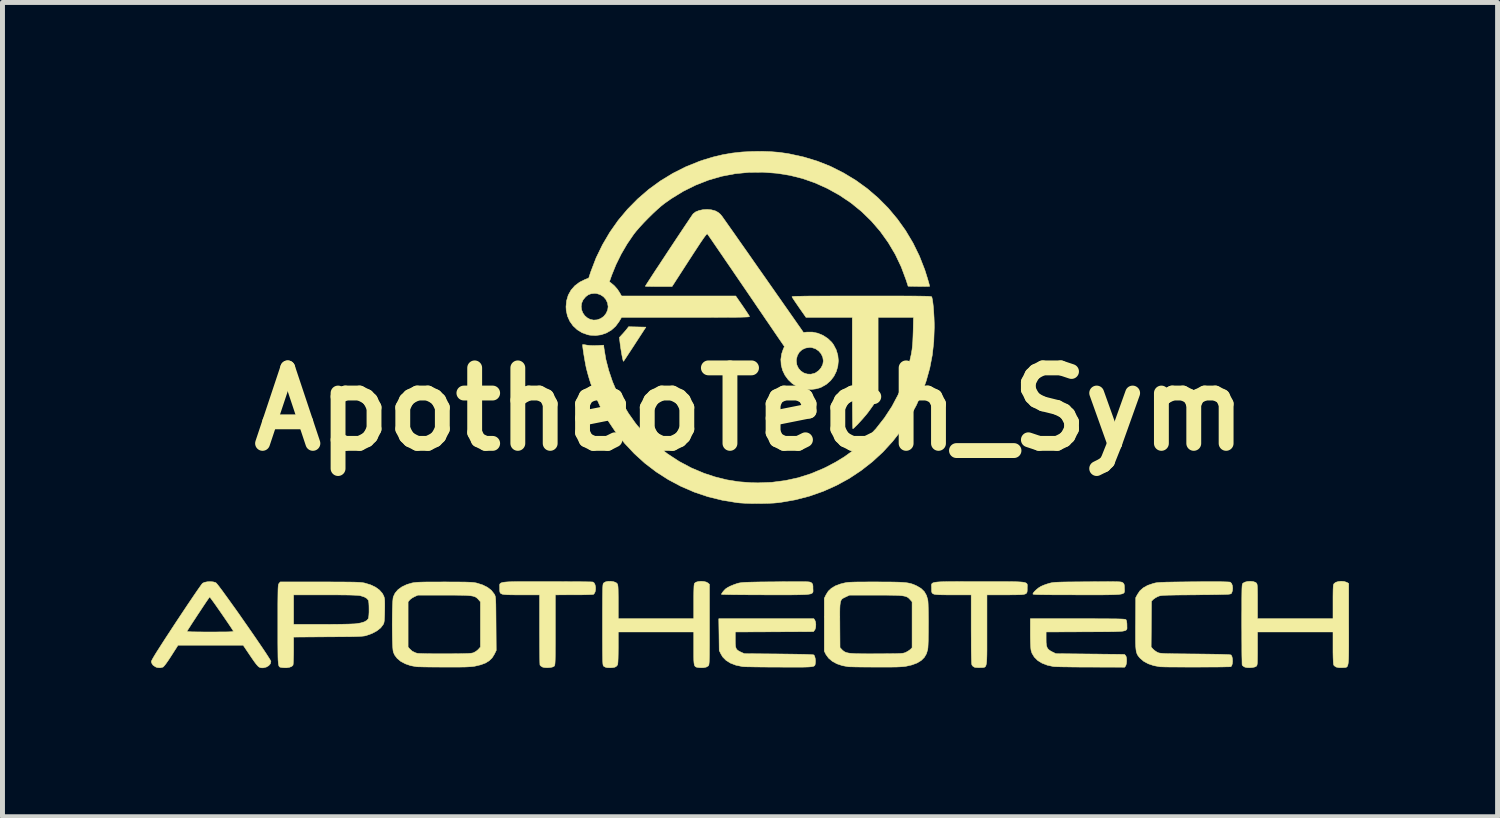
<source format=kicad_pcb>
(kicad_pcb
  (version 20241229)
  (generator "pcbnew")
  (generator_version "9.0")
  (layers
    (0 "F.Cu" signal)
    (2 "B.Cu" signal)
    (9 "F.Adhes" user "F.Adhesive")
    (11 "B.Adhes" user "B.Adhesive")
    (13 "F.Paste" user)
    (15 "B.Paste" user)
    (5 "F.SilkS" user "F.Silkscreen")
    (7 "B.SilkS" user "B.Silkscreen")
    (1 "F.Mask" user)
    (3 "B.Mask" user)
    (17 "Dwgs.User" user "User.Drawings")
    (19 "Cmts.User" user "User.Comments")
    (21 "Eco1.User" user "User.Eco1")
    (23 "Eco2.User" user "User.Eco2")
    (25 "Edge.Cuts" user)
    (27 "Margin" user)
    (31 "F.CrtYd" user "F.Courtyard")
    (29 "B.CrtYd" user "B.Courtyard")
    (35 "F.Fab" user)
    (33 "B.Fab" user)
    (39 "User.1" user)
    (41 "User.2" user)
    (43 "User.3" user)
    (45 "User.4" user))
  (footprint "ApotheoTech_Sym"
    (layer "F.Cu")
    (at 12.083 5.21)
    (property "Reference" "ApotheoTech_Sym" (at 0 0 0) (layer "F.SilkS") (effects (font (size 1.524 1.524) (thickness 0.3))))
    (attr through_hole)
    (fp_poly (pts (xy -2.27 -1.661) (xy -2.096 -1.657) (xy -2.319 -1.314) (xy -2.373 -1.231) (xy -2.423 -1.155) (xy -2.467 -1.088) (xy -2.502 -1.034) (xy -2.529 -0.994) (xy -2.544 -0.972) (xy -2.546 -0.967) (xy -2.553 -0.974) (xy -2.557 -0.986) (xy -2.567 -1.027) (xy -2.579 -1.086) (xy -2.591 -1.156) (xy -2.603 -1.229) (xy -2.613 -1.299) (xy -2.617 -1.331) (xy -2.631 -1.449) (xy -2.57 -1.515) (xy -2.533 -1.556) (xy -2.499 -1.596) (xy -2.477 -1.623) (xy -2.445 -1.665) (xy -2.27 -1.661)) (stroke (width 0.01) (type solid)) (fill yes) (layer "F.SilkS"))
    (fp_poly (pts (xy 1.314 4.257) (xy 1.328 4.294) (xy 1.334 4.344) (xy 1.331 4.397) (xy 1.32 4.441) (xy 1.309 4.459) (xy 1.285 4.489) (xy 0.496 4.493) (xy -0.292 4.496) (xy -0.292 4.653) (xy -0.291 4.729) (xy -0.287 4.785) (xy -0.276 4.825) (xy -0.258 4.853) (xy -0.229 4.876) (xy -0.188 4.898) (xy -0.175 4.904) (xy -0.108 4.934) (xy 0.587 4.94) (xy 0.754 4.942) (xy 0.897 4.944) (xy 1.017 4.946) (xy 1.114 4.948) (xy 1.189 4.951) (xy 1.244 4.954) (xy 1.279 4.957) (xy 1.295 4.96) (xy 1.296 4.961) (xy 1.311 4.989) (xy 1.322 5.032) (xy 1.327 5.08) (xy 1.325 5.118) (xy 1.322 5.137) (xy 1.32 5.153) (xy 1.315 5.167) (xy 1.306 5.178) (xy 1.292 5.187) (xy 1.269 5.193) (xy 1.237 5.198) (xy 1.193 5.202) (xy 1.135 5.204) (xy 1.062 5.206) (xy 0.97 5.206) (xy 0.859 5.206) (xy 0.726 5.206) (xy 0.598 5.205) (xy 0.467 5.205) (xy 0.341 5.204) (xy 0.225 5.203) (xy 0.119 5.202) (xy 0.027 5.2) (xy -0.048 5.199) (xy -0.104 5.197) (xy -0.139 5.195) (xy -0.146 5.194) (xy -0.278 5.167) (xy -0.388 5.125) (xy -0.477 5.07) (xy -0.545 5.001) (xy -0.58 4.943) (xy -0.616 4.87) (xy -0.62 4.55) (xy -0.625 4.229) (xy 1.294 4.229) (xy 1.314 4.257)) (stroke (width 0.01) (type solid)) (fill yes) (layer "F.SilkS"))
    (fp_poly (pts (xy 1.069 3.481) (xy 1.121 3.482) (xy 1.161 3.483) (xy 1.19 3.485) (xy 1.211 3.488) (xy 1.225 3.492) (xy 1.235 3.496) (xy 1.243 3.501) (xy 1.245 3.503) (xy 1.262 3.52) (xy 1.272 3.541) (xy 1.276 3.573) (xy 1.276 3.613) (xy 1.277 3.638) (xy 1.278 3.66) (xy 1.278 3.678) (xy 1.274 3.694) (xy 1.266 3.707) (xy 1.251 3.718) (xy 1.229 3.727) (xy 1.196 3.733) (xy 1.153 3.739) (xy 1.096 3.742) (xy 1.024 3.744) (xy 0.936 3.746) (xy 0.829 3.747) (xy 0.703 3.747) (xy 0.555 3.747) (xy 0.385 3.747) (xy 0.322 3.747) (xy 0.173 3.746) (xy 0.032 3.746) (xy -0.1 3.745) (xy -0.219 3.744) (xy -0.324 3.743) (xy -0.413 3.742) (xy -0.485 3.74) (xy -0.536 3.739) (xy -0.565 3.737) (xy -0.572 3.736) (xy -0.564 3.718) (xy -0.544 3.689) (xy -0.517 3.657) (xy -0.49 3.629) (xy -0.489 3.628) (xy -0.451 3.602) (xy -0.395 3.572) (xy -0.33 3.545) (xy -0.263 3.521) (xy -0.221 3.509) (xy -0.198 3.505) (xy -0.17 3.501) (xy -0.134 3.497) (xy -0.089 3.494) (xy -0.033 3.492) (xy 0.037 3.49) (xy 0.124 3.488) (xy 0.228 3.486) (xy 0.353 3.485) (xy 0.501 3.484) (xy 0.54 3.483) (xy 0.688 3.482) (xy 0.813 3.481) (xy 0.917 3.481) (xy 1.001 3.481) (xy 1.069 3.481)) (stroke (width 0.01) (type solid)) (fill yes) (layer "F.SilkS"))
    (fp_poly (pts (xy 7.352 3.481) (xy 7.405 3.482) (xy 7.446 3.483) (xy 7.476 3.485) (xy 7.497 3.488) (xy 7.511 3.492) (xy 7.521 3.496) (xy 7.529 3.501) (xy 7.532 3.503) (xy 7.549 3.52) (xy 7.558 3.541) (xy 7.562 3.573) (xy 7.563 3.613) (xy 7.564 3.638) (xy 7.565 3.66) (xy 7.564 3.678) (xy 7.561 3.694) (xy 7.553 3.707) (xy 7.538 3.718) (xy 7.515 3.727) (xy 7.483 3.733) (xy 7.439 3.739) (xy 7.382 3.742) (xy 7.31 3.744) (xy 7.222 3.746) (xy 7.116 3.747) (xy 6.99 3.747) (xy 6.842 3.747) (xy 6.671 3.747) (xy 6.609 3.747) (xy 6.433 3.746) (xy 6.282 3.746) (xy 6.152 3.746) (xy 6.043 3.745) (xy 5.953 3.744) (xy 5.88 3.743) (xy 5.823 3.742) (xy 5.78 3.74) (xy 5.749 3.738) (xy 5.729 3.735) (xy 5.718 3.732) (xy 5.715 3.729) (xy 5.725 3.706) (xy 5.751 3.675) (xy 5.788 3.64) (xy 5.83 3.606) (xy 5.873 3.579) (xy 5.881 3.575) (xy 5.927 3.554) (xy 5.985 3.533) (xy 6.043 3.515) (xy 6.043 3.515) (xy 6.066 3.509) (xy 6.088 3.504) (xy 6.113 3.5) (xy 6.143 3.496) (xy 6.179 3.493) (xy 6.226 3.491) (xy 6.283 3.489) (xy 6.355 3.487) (xy 6.443 3.486) (xy 6.549 3.485) (xy 6.676 3.484) (xy 6.82 3.483) (xy 6.969 3.482) (xy 7.095 3.481) (xy 7.199 3.481) (xy 7.284 3.48) (xy 7.352 3.481)) (stroke (width 0.01) (type solid)) (fill yes) (layer "F.SilkS"))
    (fp_poly (pts (xy 6.801 4.229) (xy 6.957 4.229) (xy 7.091 4.23) (xy 7.204 4.23) (xy 7.299 4.231) (xy 7.378 4.231) (xy 7.44 4.233) (xy 7.49 4.234) (xy 7.527 4.236) (xy 7.555 4.238) (xy 7.574 4.241) (xy 7.586 4.244) (xy 7.593 4.247) (xy 7.596 4.25) (xy 7.607 4.278) (xy 7.613 4.326) (xy 7.614 4.358) (xy 7.614 4.384) (xy 7.615 4.406) (xy 7.615 4.425) (xy 7.611 4.441) (xy 7.602 4.454) (xy 7.586 4.465) (xy 7.561 4.473) (xy 7.526 4.48) (xy 7.479 4.484) (xy 7.417 4.487) (xy 7.34 4.49) (xy 7.245 4.491) (xy 7.131 4.492) (xy 6.995 4.492) (xy 6.837 4.493) (xy 6.775 4.493) (xy 5.982 4.496) (xy 5.982 4.633) (xy 5.983 4.712) (xy 5.99 4.771) (xy 6.004 4.814) (xy 6.028 4.847) (xy 6.063 4.874) (xy 6.102 4.896) (xy 6.179 4.934) (xy 6.871 4.941) (xy 7.001 4.942) (xy 7.123 4.944) (xy 7.235 4.945) (xy 7.334 4.946) (xy 7.419 4.947) (xy 7.486 4.948) (xy 7.534 4.949) (xy 7.561 4.95) (xy 7.565 4.95) (xy 7.575 4.96) (xy 7.587 4.973) (xy 7.6 4.999) (xy 7.607 5.042) (xy 7.607 5.091) (xy 7.602 5.137) (xy 7.591 5.173) (xy 7.588 5.179) (xy 7.568 5.207) (xy 6.886 5.205) (xy 6.754 5.205) (xy 6.628 5.204) (xy 6.509 5.203) (xy 6.402 5.201) (xy 6.309 5.2) (xy 6.231 5.198) (xy 6.173 5.196) (xy 6.136 5.194) (xy 6.128 5.193) (xy 6.005 5.166) (xy 5.899 5.125) (xy 5.812 5.071) (xy 5.744 5.003) (xy 5.697 4.925) (xy 5.678 4.864) (xy 5.674 4.832) (xy 5.67 4.779) (xy 5.667 4.711) (xy 5.665 4.631) (xy 5.664 4.545) (xy 5.664 4.514) (xy 5.664 4.229) (xy 6.621 4.229) (xy 6.801 4.229)) (stroke (width 0.01) (type solid)) (fill yes) (layer "F.SilkS"))
    (fp_poly (pts (xy -4.33 3.48) (xy -4.159 3.48) (xy -4.091 3.48) (xy -3.942 3.48) (xy -3.8 3.48) (xy -3.666 3.481) (xy -3.545 3.482) (xy -3.436 3.482) (xy -3.343 3.483) (xy -3.267 3.484) (xy -3.211 3.485) (xy -3.177 3.487) (xy -3.167 3.487) (xy -3.14 3.507) (xy -3.122 3.543) (xy -3.112 3.59) (xy -3.112 3.64) (xy -3.121 3.687) (xy -3.141 3.724) (xy -3.155 3.737) (xy -3.17 3.739) (xy -3.208 3.741) (xy -3.265 3.743) (xy -3.338 3.745) (xy -3.422 3.746) (xy -3.516 3.746) (xy -3.546 3.746) (xy -3.924 3.747) (xy -3.924 4.456) (xy -3.924 4.608) (xy -3.924 4.737) (xy -3.925 4.844) (xy -3.925 4.932) (xy -3.926 5.003) (xy -3.927 5.059) (xy -3.929 5.101) (xy -3.931 5.132) (xy -3.934 5.154) (xy -3.937 5.169) (xy -3.941 5.178) (xy -3.946 5.185) (xy -3.949 5.188) (xy -3.98 5.203) (xy -4.026 5.213) (xy -4.081 5.217) (xy -4.134 5.215) (xy -4.178 5.206) (xy -4.186 5.202) (xy -4.215 5.184) (xy -4.233 5.164) (xy -4.234 5.163) (xy -4.235 5.146) (xy -4.237 5.107) (xy -4.238 5.047) (xy -4.239 4.969) (xy -4.24 4.875) (xy -4.241 4.767) (xy -4.241 4.648) (xy -4.242 4.521) (xy -4.242 4.444) (xy -4.242 3.747) (xy -4.615 3.747) (xy -4.731 3.747) (xy -4.824 3.746) (xy -4.897 3.744) (xy -4.952 3.74) (xy -4.991 3.734) (xy -5.018 3.723) (xy -5.035 3.709) (xy -5.043 3.689) (xy -5.046 3.663) (xy -5.047 3.63) (xy -5.047 3.613) (xy -5.047 3.588) (xy -5.048 3.566) (xy -5.048 3.548) (xy -5.045 3.532) (xy -5.037 3.519) (xy -5.022 3.508) (xy -5 3.5) (xy -4.968 3.493) (xy -4.924 3.488) (xy -4.867 3.484) (xy -4.796 3.482) (xy -4.708 3.48) (xy -4.602 3.48) (xy -4.477 3.48) (xy -4.33 3.48)) (stroke (width 0.01) (type solid)) (fill yes) (layer "F.SilkS"))
    (fp_poly (pts (xy 4.372 3.48) (xy 4.539 3.48) (xy 4.636 3.48) (xy 4.816 3.48) (xy 4.972 3.48) (xy 5.106 3.48) (xy 5.22 3.48) (xy 5.315 3.481) (xy 5.393 3.483) (xy 5.456 3.486) (xy 5.505 3.49) (xy 5.542 3.496) (xy 5.568 3.504) (xy 5.586 3.513) (xy 5.596 3.525) (xy 5.602 3.54) (xy 5.603 3.557) (xy 5.602 3.577) (xy 5.601 3.6) (xy 5.601 3.613) (xy 5.601 3.649) (xy 5.599 3.678) (xy 5.594 3.7) (xy 5.582 3.717) (xy 5.561 3.729) (xy 5.528 3.738) (xy 5.482 3.743) (xy 5.419 3.745) (xy 5.337 3.746) (xy 5.233 3.747) (xy 5.169 3.747) (xy 4.788 3.747) (xy 4.788 4.456) (xy 4.788 4.613) (xy 4.788 4.747) (xy 4.788 4.859) (xy 4.787 4.952) (xy 4.785 5.027) (xy 4.782 5.086) (xy 4.777 5.131) (xy 4.77 5.164) (xy 4.761 5.187) (xy 4.749 5.201) (xy 4.734 5.209) (xy 4.716 5.213) (xy 4.693 5.214) (xy 4.667 5.214) (xy 4.652 5.215) (xy 4.602 5.215) (xy 4.558 5.212) (xy 4.533 5.206) (xy 4.502 5.185) (xy 4.485 5.162) (xy 4.481 5.145) (xy 4.478 5.11) (xy 4.476 5.057) (xy 4.474 4.984) (xy 4.472 4.89) (xy 4.471 4.774) (xy 4.471 4.634) (xy 4.47 4.471) (xy 4.47 4.438) (xy 4.47 3.747) (xy 4.096 3.747) (xy 3.981 3.747) (xy 3.888 3.746) (xy 3.816 3.744) (xy 3.762 3.74) (xy 3.723 3.734) (xy 3.697 3.723) (xy 3.682 3.709) (xy 3.673 3.689) (xy 3.671 3.663) (xy 3.67 3.63) (xy 3.67 3.613) (xy 3.67 3.588) (xy 3.668 3.567) (xy 3.668 3.548) (xy 3.671 3.532) (xy 3.679 3.519) (xy 3.693 3.508) (xy 3.714 3.5) (xy 3.746 3.493) (xy 3.788 3.488) (xy 3.843 3.484) (xy 3.913 3.482) (xy 3.999 3.48) (xy 4.103 3.48) (xy 4.227 3.479) (xy 4.372 3.48)) (stroke (width 0.01) (type solid)) (fill yes) (layer "F.SilkS"))
    (fp_poly (pts (xy -2.746 3.482) (xy -2.699 3.5) (xy -2.677 3.519) (xy -2.67 3.529) (xy -2.665 3.544) (xy -2.661 3.566) (xy -2.658 3.598) (xy -2.656 3.644) (xy -2.655 3.706) (xy -2.654 3.788) (xy -2.654 3.888) (xy -2.654 4.229) (xy -1.13 4.229) (xy -1.13 3.882) (xy -1.13 3.772) (xy -1.129 3.685) (xy -1.127 3.618) (xy -1.125 3.57) (xy -1.121 3.537) (xy -1.116 3.518) (xy -1.114 3.513) (xy -1.084 3.491) (xy -1.038 3.478) (xy -0.983 3.473) (xy -0.927 3.477) (xy -0.877 3.489) (xy -0.841 3.509) (xy -0.813 3.535) (xy -0.813 4.346) (xy -0.813 4.509) (xy -0.813 4.649) (xy -0.813 4.768) (xy -0.814 4.866) (xy -0.814 4.947) (xy -0.815 5.012) (xy -0.817 5.063) (xy -0.818 5.101) (xy -0.821 5.13) (xy -0.823 5.15) (xy -0.827 5.163) (xy -0.831 5.172) (xy -0.835 5.179) (xy -0.837 5.181) (xy -0.878 5.205) (xy -0.937 5.217) (xy -1.01 5.216) (xy -1.019 5.215) (xy -1.051 5.211) (xy -1.076 5.206) (xy -1.095 5.197) (xy -1.109 5.181) (xy -1.119 5.156) (xy -1.125 5.118) (xy -1.129 5.065) (xy -1.13 4.994) (xy -1.13 4.902) (xy -1.13 4.83) (xy -1.13 4.496) (xy -2.654 4.496) (xy -2.654 4.813) (xy -2.655 4.932) (xy -2.657 5.027) (xy -2.66 5.098) (xy -2.664 5.143) (xy -2.669 5.161) (xy -2.691 5.188) (xy -2.721 5.206) (xy -2.763 5.215) (xy -2.817 5.218) (xy -2.871 5.216) (xy -2.902 5.211) (xy -2.932 5.197) (xy -2.95 5.185) (xy -2.954 5.179) (xy -2.958 5.171) (xy -2.961 5.157) (xy -2.964 5.137) (xy -2.966 5.108) (xy -2.968 5.068) (xy -2.969 5.015) (xy -2.97 4.948) (xy -2.971 4.865) (xy -2.971 4.764) (xy -2.972 4.642) (xy -2.972 4.499) (xy -2.972 4.348) (xy -2.972 4.183) (xy -2.972 4.043) (xy -2.971 3.923) (xy -2.971 3.824) (xy -2.97 3.742) (xy -2.969 3.677) (xy -2.968 3.625) (xy -2.966 3.586) (xy -2.964 3.557) (xy -2.961 3.537) (xy -2.958 3.523) (xy -2.954 3.514) (xy -2.949 3.508) (xy -2.948 3.507) (xy -2.911 3.485) (xy -2.86 3.474) (xy -2.802 3.473) (xy -2.746 3.482)) (stroke (width 0.01) (type solid)) (fill yes) (layer "F.SilkS"))
    (fp_poly (pts (xy 11.998 3.477) (xy 12.05 3.494) (xy 12.062 3.5) (xy 12.09 3.518) (xy 12.09 4.342) (xy 12.091 4.511) (xy 12.091 4.657) (xy 12.091 4.781) (xy 12.09 4.885) (xy 12.089 4.971) (xy 12.087 5.04) (xy 12.083 5.095) (xy 12.078 5.136) (xy 12.071 5.167) (xy 12.063 5.188) (xy 12.052 5.201) (xy 12.038 5.209) (xy 12.022 5.213) (xy 12.003 5.214) (xy 11.981 5.215) (xy 11.966 5.216) (xy 11.893 5.216) (xy 11.836 5.204) (xy 11.798 5.178) (xy 11.787 5.162) (xy 11.782 5.135) (xy 11.778 5.084) (xy 11.775 5.007) (xy 11.773 4.905) (xy 11.773 4.813) (xy 11.773 4.496) (xy 10.249 4.496) (xy 10.249 4.83) (xy 10.249 4.931) (xy 10.248 5.01) (xy 10.247 5.07) (xy 10.246 5.113) (xy 10.243 5.143) (xy 10.239 5.163) (xy 10.234 5.176) (xy 10.227 5.185) (xy 10.224 5.188) (xy 10.193 5.203) (xy 10.147 5.213) (xy 10.092 5.217) (xy 10.039 5.215) (xy 9.995 5.206) (xy 9.987 5.202) (xy 9.958 5.184) (xy 9.94 5.164) (xy 9.94 5.163) (xy 9.938 5.147) (xy 9.937 5.107) (xy 9.936 5.047) (xy 9.934 4.968) (xy 9.933 4.872) (xy 9.933 4.762) (xy 9.932 4.64) (xy 9.932 4.508) (xy 9.931 4.369) (xy 9.931 4.338) (xy 9.931 4.175) (xy 9.932 4.036) (xy 9.932 3.918) (xy 9.932 3.82) (xy 9.933 3.74) (xy 9.934 3.676) (xy 9.935 3.626) (xy 9.937 3.588) (xy 9.939 3.56) (xy 9.942 3.541) (xy 9.945 3.528) (xy 9.95 3.52) (xy 9.954 3.514) (xy 9.956 3.512) (xy 9.995 3.49) (xy 10.048 3.477) (xy 10.107 3.473) (xy 10.163 3.479) (xy 10.208 3.495) (xy 10.225 3.507) (xy 10.232 3.516) (xy 10.238 3.528) (xy 10.242 3.546) (xy 10.245 3.574) (xy 10.247 3.615) (xy 10.248 3.671) (xy 10.249 3.745) (xy 10.249 3.841) (xy 10.249 3.88) (xy 10.249 4.229) (xy 11.773 4.229) (xy 11.773 3.888) (xy 11.773 3.784) (xy 11.774 3.704) (xy 11.775 3.642) (xy 11.777 3.597) (xy 11.779 3.565) (xy 11.783 3.543) (xy 11.789 3.529) (xy 11.795 3.519) (xy 11.83 3.493) (xy 11.881 3.478) (xy 11.939 3.472) (xy 11.998 3.477)) (stroke (width 0.01) (type solid)) (fill yes) (layer "F.SilkS"))
    (fp_poly (pts (xy -10.83 3.485) (xy -10.784 3.498) (xy -10.775 3.503) (xy -10.76 3.518) (xy -10.732 3.552) (xy -10.693 3.603) (xy -10.644 3.668) (xy -10.587 3.747) (xy -10.523 3.835) (xy -10.453 3.933) (xy -10.378 4.037) (xy -10.301 4.146) (xy -10.223 4.258) (xy -10.144 4.371) (xy -10.067 4.482) (xy -9.993 4.589) (xy -9.923 4.692) (xy -9.858 4.787) (xy -9.8 4.873) (xy -9.751 4.947) (xy -9.712 5.008) (xy -9.683 5.054) (xy -9.668 5.083) (xy -9.665 5.091) (xy -9.676 5.137) (xy -9.709 5.176) (xy -9.757 5.204) (xy -9.818 5.219) (xy -9.841 5.22) (xy -9.865 5.218) (xy -9.887 5.212) (xy -9.91 5.2) (xy -9.934 5.177) (xy -9.963 5.143) (xy -9.999 5.095) (xy -10.045 5.029) (xy -10.09 4.963) (xy -10.225 4.763) (xy -11.539 4.763) (xy -11.676 4.977) (xy -11.73 5.06) (xy -11.776 5.126) (xy -11.812 5.173) (xy -11.837 5.2) (xy -11.844 5.205) (xy -11.901 5.219) (xy -11.962 5.213) (xy -11.995 5.2) (xy -12.045 5.165) (xy -12.072 5.122) (xy -12.078 5.092) (xy -12.073 5.078) (xy -12.06 5.051) (xy -12.037 5.01) (xy -12.004 4.955) (xy -11.96 4.884) (xy -11.904 4.797) (xy -11.837 4.692) (xy -11.757 4.569) (xy -11.698 4.48) (xy -11.358 4.48) (xy -11.356 4.484) (xy -11.342 4.488) (xy -11.314 4.49) (xy -11.27 4.493) (xy -11.209 4.494) (xy -11.128 4.495) (xy -11.026 4.496) (xy -10.901 4.496) (xy -10.89 4.496) (xy -10.767 4.496) (xy -10.667 4.495) (xy -10.588 4.495) (xy -10.527 4.494) (xy -10.482 4.492) (xy -10.452 4.49) (xy -10.434 4.487) (xy -10.425 4.483) (xy -10.423 4.479) (xy -10.424 4.476) (xy -10.44 4.45) (xy -10.467 4.408) (xy -10.503 4.354) (xy -10.546 4.291) (xy -10.594 4.221) (xy -10.644 4.148) (xy -10.695 4.074) (xy -10.745 4.003) (xy -10.791 3.937) (xy -10.832 3.88) (xy -10.865 3.835) (xy -10.889 3.803) (xy -10.901 3.789) (xy -10.901 3.789) (xy -10.91 3.8) (xy -10.93 3.829) (xy -10.961 3.873) (xy -10.999 3.93) (xy -11.043 3.996) (xy -11.091 4.069) (xy -11.141 4.144) (xy -11.191 4.221) (xy -11.24 4.295) (xy -11.284 4.363) (xy -11.322 4.423) (xy -11.353 4.471) (xy -11.358 4.48) (xy -11.698 4.48) (xy -11.664 4.427) (xy -11.578 4.296) (xy -11.495 4.171) (xy -11.415 4.051) (xy -11.34 3.938) (xy -11.27 3.835) (xy -11.208 3.743) (xy -11.154 3.664) (xy -11.109 3.6) (xy -11.075 3.552) (xy -11.052 3.522) (xy -11.043 3.512) (xy -11.004 3.494) (xy -10.949 3.483) (xy -10.889 3.48) (xy -10.83 3.485)) (stroke (width 0.01) (type solid)) (fill yes) (layer "F.SilkS"))
    (fp_poly (pts (xy -8.672 3.486) (xy -8.506 3.486) (xy -8.364 3.487) (xy -8.243 3.487) (xy -8.142 3.488) (xy -8.057 3.489) (xy -7.988 3.49) (xy -7.932 3.492) (xy -7.886 3.494) (xy -7.85 3.497) (xy -7.821 3.5) (xy -7.796 3.504) (xy -7.775 3.508) (xy -7.774 3.508) (xy -7.655 3.544) (xy -7.555 3.591) (xy -7.475 3.649) (xy -7.416 3.716) (xy -7.392 3.761) (xy -7.382 3.785) (xy -7.375 3.809) (xy -7.37 3.837) (xy -7.368 3.873) (xy -7.367 3.921) (xy -7.367 3.987) (xy -7.368 4.062) (xy -7.37 4.149) (xy -7.373 4.215) (xy -7.376 4.263) (xy -7.381 4.297) (xy -7.387 4.322) (xy -7.395 4.34) (xy -7.448 4.411) (xy -7.525 4.473) (xy -7.624 4.526) (xy -7.741 4.568) (xy -7.76 4.573) (xy -7.782 4.577) (xy -7.809 4.58) (xy -7.844 4.583) (xy -7.889 4.586) (xy -7.945 4.588) (xy -8.016 4.59) (xy -8.103 4.591) (xy -8.208 4.592) (xy -8.334 4.593) (xy -8.482 4.594) (xy -8.512 4.594) (xy -9.207 4.599) (xy -9.207 4.872) (xy -9.208 4.957) (xy -9.21 5.032) (xy -9.212 5.095) (xy -9.215 5.141) (xy -9.219 5.166) (xy -9.22 5.168) (xy -9.246 5.192) (xy -9.291 5.209) (xy -9.349 5.218) (xy -9.414 5.217) (xy -9.458 5.211) (xy -9.471 5.208) (xy -9.483 5.205) (xy -9.492 5.198) (xy -9.5 5.188) (xy -9.507 5.17) (xy -9.512 5.145) (xy -9.516 5.11) (xy -9.52 5.063) (xy -9.522 5.002) (xy -9.523 4.925) (xy -9.524 4.832) (xy -9.525 4.719) (xy -9.525 4.586) (xy -9.525 4.429) (xy -9.525 4.348) (xy -9.525 4.186) (xy -9.525 4.046) (xy -9.525 3.929) (xy -9.524 3.831) (xy -9.523 3.75) (xy -9.523 3.747) (xy -9.207 3.747) (xy -9.207 4.343) (xy -8.639 4.343) (xy -8.516 4.343) (xy -8.397 4.342) (xy -8.284 4.341) (xy -8.182 4.339) (xy -8.094 4.337) (xy -8.022 4.334) (xy -7.97 4.332) (xy -7.95 4.33) (xy -7.856 4.315) (xy -7.782 4.293) (xy -7.729 4.263) (xy -7.7 4.229) (xy -7.692 4.201) (xy -7.687 4.154) (xy -7.684 4.095) (xy -7.684 4.031) (xy -7.685 3.967) (xy -7.688 3.911) (xy -7.694 3.87) (xy -7.699 3.854) (xy -7.728 3.819) (xy -7.78 3.789) (xy -7.852 3.766) (xy -7.88 3.76) (xy -7.913 3.757) (xy -7.97 3.754) (xy -8.05 3.751) (xy -8.153 3.749) (xy -8.276 3.748) (xy -8.418 3.747) (xy -8.58 3.747) (xy -9.207 3.747) (xy -9.523 3.747) (xy -9.522 3.686) (xy -9.521 3.635) (xy -9.519 3.597) (xy -9.517 3.569) (xy -9.514 3.548) (xy -9.511 3.534) (xy -9.507 3.525) (xy -9.502 3.518) (xy -9.501 3.516) (xy -9.476 3.486) (xy -8.672 3.486)) (stroke (width 0.01) (type solid)) (fill yes) (layer "F.SilkS"))
    (fp_poly (pts (xy 9.41 3.482) (xy 9.51 3.482) (xy 9.588 3.484) (xy 9.646 3.486) (xy 9.683 3.488) (xy 9.701 3.491) (xy 9.701 3.492) (xy 9.726 3.518) (xy 9.742 3.56) (xy 9.748 3.611) (xy 9.743 3.663) (xy 9.728 3.707) (xy 9.722 3.717) (xy 9.717 3.722) (xy 9.709 3.726) (xy 9.695 3.73) (xy 9.675 3.733) (xy 9.645 3.736) (xy 9.604 3.738) (xy 9.549 3.739) (xy 9.479 3.741) (xy 9.392 3.742) (xy 9.286 3.744) (xy 9.158 3.745) (xy 9.007 3.746) (xy 9.002 3.747) (xy 8.851 3.748) (xy 8.723 3.749) (xy 8.616 3.75) (xy 8.528 3.752) (xy 8.457 3.753) (xy 8.4 3.755) (xy 8.356 3.757) (xy 8.322 3.76) (xy 8.296 3.763) (xy 8.277 3.767) (xy 8.261 3.771) (xy 8.247 3.777) (xy 8.234 3.782) (xy 8.191 3.805) (xy 8.154 3.831) (xy 8.139 3.844) (xy 8.109 3.876) (xy 8.102 4.798) (xy 8.137 4.839) (xy 8.171 4.87) (xy 8.214 4.899) (xy 8.229 4.907) (xy 8.242 4.913) (xy 8.256 4.918) (xy 8.274 4.922) (xy 8.296 4.925) (xy 8.326 4.928) (xy 8.365 4.931) (xy 8.415 4.933) (xy 8.48 4.934) (xy 8.56 4.936) (xy 8.658 4.937) (xy 8.777 4.938) (xy 8.917 4.94) (xy 8.994 4.94) (xy 9.163 4.942) (xy 9.308 4.944) (xy 9.429 4.946) (xy 9.527 4.948) (xy 9.604 4.951) (xy 9.66 4.953) (xy 9.696 4.957) (xy 9.714 4.96) (xy 9.716 4.961) (xy 9.733 4.992) (xy 9.743 5.036) (xy 9.746 5.087) (xy 9.741 5.136) (xy 9.729 5.175) (xy 9.713 5.196) (xy 9.698 5.198) (xy 9.661 5.199) (xy 9.603 5.2) (xy 9.529 5.202) (xy 9.44 5.203) (xy 9.34 5.203) (xy 9.232 5.204) (xy 9.118 5.204) (xy 9.001 5.205) (xy 8.883 5.205) (xy 8.769 5.204) (xy 8.659 5.204) (xy 8.558 5.203) (xy 8.469 5.203) (xy 8.393 5.202) (xy 8.333 5.2) (xy 8.294 5.199) (xy 8.28 5.198) (xy 8.155 5.175) (xy 8.045 5.138) (xy 7.952 5.088) (xy 7.88 5.026) (xy 7.879 5.025) (xy 7.857 5) (xy 7.839 4.976) (xy 7.823 4.951) (xy 7.812 4.922) (xy 7.802 4.888) (xy 7.796 4.844) (xy 7.791 4.79) (xy 7.788 4.722) (xy 7.787 4.637) (xy 7.787 4.534) (xy 7.787 4.41) (xy 7.788 4.316) (xy 7.791 3.804) (xy 7.826 3.739) (xy 7.876 3.665) (xy 7.944 3.605) (xy 8.031 3.556) (xy 8.139 3.519) (xy 8.173 3.51) (xy 8.195 3.505) (xy 8.222 3.501) (xy 8.255 3.498) (xy 8.297 3.495) (xy 8.35 3.493) (xy 8.415 3.49) (xy 8.496 3.489) (xy 8.594 3.487) (xy 8.711 3.486) (xy 8.85 3.484) (xy 8.968 3.483) (xy 9.14 3.482) (xy 9.287 3.482) (xy 9.41 3.482)) (stroke (width 0.01) (type solid)) (fill yes) (layer "F.SilkS"))
    (fp_poly (pts (xy -6.028 3.487) (xy -5.913 3.487) (xy -5.818 3.488) (xy -5.74 3.489) (xy -5.678 3.491) (xy -5.629 3.493) (xy -5.589 3.496) (xy -5.557 3.5) (xy -5.529 3.505) (xy -5.514 3.508) (xy -5.395 3.545) (xy -5.295 3.594) (xy -5.216 3.655) (xy -5.159 3.728) (xy -5.152 3.739) (xy -5.145 3.753) (xy -5.14 3.767) (xy -5.135 3.784) (xy -5.132 3.806) (xy -5.129 3.837) (xy -5.127 3.879) (xy -5.125 3.933) (xy -5.124 4.003) (xy -5.123 4.091) (xy -5.122 4.2) (xy -5.121 4.33) (xy -5.117 4.869) (xy -5.157 4.95) (xy -5.201 5.02) (xy -5.26 5.077) (xy -5.335 5.123) (xy -5.429 5.158) (xy -5.546 5.186) (xy -5.558 5.188) (xy -5.593 5.193) (xy -5.635 5.197) (xy -5.686 5.2) (xy -5.749 5.203) (xy -5.827 5.204) (xy -5.923 5.205) (xy -6.039 5.205) (xy -6.171 5.205) (xy -6.283 5.204) (xy -6.389 5.204) (xy -6.485 5.203) (xy -6.569 5.202) (xy -6.637 5.2) (xy -6.687 5.199) (xy -6.715 5.198) (xy -6.718 5.198) (xy -6.842 5.176) (xy -6.95 5.139) (xy -7.043 5.09) (xy -7.116 5.029) (xy -7.169 4.959) (xy -7.194 4.899) (xy -7.2 4.866) (xy -7.205 4.812) (xy -7.209 4.74) (xy -7.212 4.653) (xy -7.214 4.556) (xy -7.215 4.451) (xy -7.216 4.342) (xy -7.215 4.234) (xy -7.214 4.129) (xy -7.212 4.032) (xy -7.209 3.946) (xy -7.206 3.888) (xy -6.896 3.888) (xy -6.896 4.799) (xy -6.863 4.838) (xy -6.811 4.885) (xy -6.744 4.917) (xy -6.709 4.927) (xy -6.686 4.929) (xy -6.641 4.931) (xy -6.576 4.933) (xy -6.495 4.935) (xy -6.4 4.936) (xy -6.295 4.936) (xy -6.183 4.936) (xy -6.14 4.936) (xy -6.011 4.936) (xy -5.903 4.935) (xy -5.817 4.934) (xy -5.748 4.932) (xy -5.694 4.931) (xy -5.653 4.928) (xy -5.623 4.925) (xy -5.6 4.921) (xy -5.582 4.917) (xy -5.567 4.911) (xy -5.566 4.91) (xy -5.522 4.885) (xy -5.481 4.851) (xy -5.474 4.843) (xy -5.436 4.8) (xy -5.436 3.887) (xy -5.474 3.843) (xy -5.493 3.822) (xy -5.513 3.805) (xy -5.534 3.791) (xy -5.561 3.78) (xy -5.595 3.771) (xy -5.639 3.764) (xy -5.696 3.759) (xy -5.766 3.756) (xy -5.854 3.754) (xy -5.96 3.753) (xy -6.089 3.753) (xy -6.172 3.753) (xy -6.699 3.753) (xy -6.766 3.783) (xy -6.81 3.807) (xy -6.849 3.835) (xy -6.865 3.851) (xy -6.896 3.888) (xy -7.206 3.888) (xy -7.205 3.874) (xy -7.2 3.82) (xy -7.195 3.789) (xy -7.158 3.711) (xy -7.1 3.643) (xy -7.02 3.585) (xy -6.921 3.538) (xy -6.82 3.508) (xy -6.794 3.503) (xy -6.765 3.499) (xy -6.73 3.495) (xy -6.688 3.492) (xy -6.635 3.49) (xy -6.568 3.488) (xy -6.486 3.487) (xy -6.385 3.487) (xy -6.264 3.487) (xy -6.166 3.486) (xy -6.028 3.487)) (stroke (width 0.01) (type solid)) (fill yes) (layer "F.SilkS"))
    (fp_poly (pts (xy 2.553 3.486) (xy 2.699 3.487) (xy 2.823 3.487) (xy 2.927 3.489) (xy 3.013 3.491) (xy 3.085 3.495) (xy 3.144 3.5) (xy 3.194 3.507) (xy 3.237 3.516) (xy 3.276 3.527) (xy 3.314 3.541) (xy 3.352 3.558) (xy 3.372 3.567) (xy 3.458 3.618) (xy 3.523 3.681) (xy 3.568 3.759) (xy 3.594 3.849) (xy 3.598 3.882) (xy 3.601 3.936) (xy 3.603 4.008) (xy 3.605 4.094) (xy 3.606 4.189) (xy 3.607 4.291) (xy 3.606 4.395) (xy 3.606 4.497) (xy 3.604 4.593) (xy 3.603 4.68) (xy 3.6 4.753) (xy 3.597 4.81) (xy 3.593 4.845) (xy 3.593 4.846) (xy 3.567 4.935) (xy 3.523 5.01) (xy 3.46 5.072) (xy 3.377 5.122) (xy 3.273 5.161) (xy 3.154 5.188) (xy 3.119 5.193) (xy 3.077 5.197) (xy 3.026 5.2) (xy 2.963 5.203) (xy 2.885 5.204) (xy 2.789 5.205) (xy 2.674 5.205) (xy 2.542 5.205) (xy 2.429 5.204) (xy 2.323 5.204) (xy 2.227 5.203) (xy 2.143 5.202) (xy 2.075 5.2) (xy 2.025 5.199) (xy 1.997 5.198) (xy 1.994 5.198) (xy 1.869 5.175) (xy 1.759 5.138) (xy 1.666 5.087) (xy 1.592 5.024) (xy 1.538 4.95) (xy 1.535 4.943) (xy 1.505 4.883) (xy 1.505 4.096) (xy 1.818 4.096) (xy 1.818 4.193) (xy 1.819 4.313) (xy 1.819 4.358) (xy 1.822 4.811) (xy 1.854 4.845) (xy 1.875 4.867) (xy 1.897 4.884) (xy 1.92 4.899) (xy 1.949 4.911) (xy 1.986 4.92) (xy 2.032 4.927) (xy 2.09 4.931) (xy 2.162 4.935) (xy 2.252 4.936) (xy 2.361 4.937) (xy 2.492 4.937) (xy 2.572 4.936) (xy 2.701 4.936) (xy 2.807 4.935) (xy 2.892 4.934) (xy 2.961 4.933) (xy 3.013 4.931) (xy 3.054 4.929) (xy 3.084 4.926) (xy 3.107 4.922) (xy 3.125 4.917) (xy 3.141 4.912) (xy 3.153 4.906) (xy 3.195 4.883) (xy 3.232 4.857) (xy 3.245 4.846) (xy 3.277 4.814) (xy 3.277 3.887) (xy 3.238 3.843) (xy 3.219 3.822) (xy 3.2 3.805) (xy 3.178 3.791) (xy 3.151 3.78) (xy 3.117 3.771) (xy 3.073 3.764) (xy 3.017 3.759) (xy 2.946 3.756) (xy 2.859 3.754) (xy 2.752 3.753) (xy 2.623 3.753) (xy 2.54 3.753) (xy 2.013 3.753) (xy 1.94 3.787) (xy 1.909 3.802) (xy 1.884 3.815) (xy 1.863 3.83) (xy 1.848 3.849) (xy 1.836 3.875) (xy 1.828 3.91) (xy 1.822 3.957) (xy 1.819 4.018) (xy 1.818 4.096) (xy 1.505 4.096) (xy 1.505 3.816) (xy 1.541 3.744) (xy 1.586 3.672) (xy 1.648 3.614) (xy 1.728 3.566) (xy 1.829 3.528) (xy 1.899 3.51) (xy 1.926 3.504) (xy 1.954 3.499) (xy 1.986 3.495) (xy 2.026 3.492) (xy 2.074 3.49) (xy 2.135 3.488) (xy 2.21 3.487) (xy 2.303 3.487) (xy 2.415 3.486) (xy 2.55 3.486) (xy 2.553 3.486)) (stroke (width 0.01) (type solid)) (fill yes) (layer "F.SilkS"))
    (fp_poly (pts (xy -0.775 -4.025) (xy -0.699 -4.005) (xy -0.683 -3.998) (xy -0.634 -3.97) (xy -0.593 -3.935) (xy -0.556 -3.89) (xy -0.542 -3.87) (xy -0.514 -3.83) (xy -0.473 -3.772) (xy -0.421 -3.698) (xy -0.358 -3.609) (xy -0.286 -3.507) (xy -0.206 -3.392) (xy -0.118 -3.267) (xy -0.023 -3.132) (xy 0.076 -2.99) (xy 0.18 -2.841) (xy 0.288 -2.688) (xy 0.292 -2.682) (xy 1.085 -1.549) (xy 1.155 -1.557) (xy 1.265 -1.557) (xy 1.375 -1.534) (xy 1.48 -1.49) (xy 1.575 -1.428) (xy 1.656 -1.35) (xy 1.69 -1.304) (xy 1.745 -1.2) (xy 1.778 -1.09) (xy 1.789 -0.979) (xy 1.778 -0.869) (xy 1.748 -0.764) (xy 1.699 -0.665) (xy 1.632 -0.578) (xy 1.547 -0.503) (xy 1.447 -0.446) (xy 1.413 -0.432) (xy 1.336 -0.411) (xy 1.249 -0.4) (xy 1.161 -0.399) (xy 1.084 -0.409) (xy 1.068 -0.413) (xy 0.957 -0.456) (xy 0.859 -0.518) (xy 0.777 -0.596) (xy 0.711 -0.686) (xy 0.663 -0.786) (xy 0.635 -0.893) (xy 0.63 -0.974) (xy 0.94 -0.974) (xy 0.951 -0.895) (xy 0.983 -0.827) (xy 1.031 -0.772) (xy 1.091 -0.732) (xy 1.161 -0.71) (xy 1.235 -0.707) (xy 1.311 -0.726) (xy 1.331 -0.736) (xy 1.393 -0.78) (xy 1.442 -0.839) (xy 1.475 -0.906) (xy 1.486 -0.975) (xy 1.474 -1.051) (xy 1.441 -1.119) (xy 1.391 -1.177) (xy 1.328 -1.22) (xy 1.255 -1.244) (xy 1.213 -1.248) (xy 1.13 -1.236) (xy 1.059 -1.204) (xy 1.002 -1.153) (xy 0.962 -1.086) (xy 0.942 -1.008) (xy 0.94 -0.974) (xy 0.63 -0.974) (xy 0.628 -1.004) (xy 0.644 -1.116) (xy 0.674 -1.206) (xy 0.7 -1.266) (xy 0.574 -1.449) (xy 0.548 -1.487) (xy 0.509 -1.544) (xy 0.458 -1.619) (xy 0.397 -1.709) (xy 0.326 -1.812) (xy 0.248 -1.927) (xy 0.163 -2.051) (xy 0.073 -2.184) (xy -0.021 -2.322) (xy -0.118 -2.464) (xy -0.196 -2.578) (xy -0.291 -2.717) (xy -0.382 -2.851) (xy -0.469 -2.977) (xy -0.549 -3.095) (xy -0.622 -3.201) (xy -0.687 -3.296) (xy -0.743 -3.378) (xy -0.789 -3.445) (xy -0.824 -3.495) (xy -0.847 -3.527) (xy -0.856 -3.54) (xy -0.856 -3.54) (xy -0.862 -3.539) (xy -0.874 -3.528) (xy -0.893 -3.505) (xy -0.92 -3.469) (xy -0.955 -3.419) (xy -1 -3.353) (xy -1.055 -3.269) (xy -1.122 -3.167) (xy -1.201 -3.045) (xy -1.22 -3.016) (xy -1.568 -2.477) (xy -1.838 -2.477) (xy -1.918 -2.477) (xy -1.988 -2.478) (xy -2.046 -2.479) (xy -2.086 -2.48) (xy -2.107 -2.482) (xy -2.108 -2.483) (xy -2.101 -2.494) (xy -2.082 -2.525) (xy -2.051 -2.573) (xy -2.01 -2.636) (xy -1.961 -2.712) (xy -1.905 -2.798) (xy -1.842 -2.892) (xy -1.776 -2.993) (xy -1.706 -3.099) (xy -1.635 -3.207) (xy -1.564 -3.314) (xy -1.494 -3.42) (xy -1.426 -3.522) (xy -1.362 -3.618) (xy -1.304 -3.705) (xy -1.252 -3.782) (xy -1.209 -3.847) (xy -1.175 -3.897) (xy -1.152 -3.931) (xy -1.141 -3.945) (xy -1.141 -3.945) (xy -1.09 -3.984) (xy -1.022 -4.011) (xy -0.942 -4.028) (xy -0.858 -4.033) (xy -0.775 -4.025)) (stroke (width 0.01) (type solid)) (fill yes) (layer "F.SilkS"))
    (fp_poly (pts (xy 0.421 -5.199) (xy 0.584 -5.186) (xy 0.749 -5.163) (xy 0.796 -5.155) (xy 1.085 -5.092) (xy 1.366 -5.007) (xy 1.636 -4.899) (xy 1.894 -4.769) (xy 2.141 -4.62) (xy 2.373 -4.452) (xy 2.591 -4.265) (xy 2.794 -4.061) (xy 2.979 -3.84) (xy 3.147 -3.605) (xy 3.296 -3.355) (xy 3.425 -3.091) (xy 3.533 -2.815) (xy 3.588 -2.64) (xy 3.605 -2.581) (xy 3.619 -2.532) (xy 3.628 -2.497) (xy 3.632 -2.482) (xy 3.632 -2.482) (xy 3.62 -2.48) (xy 3.587 -2.479) (xy 3.536 -2.478) (xy 3.473 -2.479) (xy 3.415 -2.479) (xy 3.197 -2.483) (xy 3.156 -2.61) (xy 3.058 -2.873) (xy 2.938 -3.125) (xy 2.797 -3.363) (xy 2.636 -3.588) (xy 2.456 -3.797) (xy 2.258 -3.99) (xy 2.043 -4.165) (xy 1.811 -4.321) (xy 1.566 -4.457) (xy 1.317 -4.569) (xy 1.066 -4.657) (xy 0.81 -4.721) (xy 0.546 -4.763) (xy 0.27 -4.784) (xy 0.267 -4.784) (xy -0.017 -4.781) (xy -0.295 -4.754) (xy -0.567 -4.702) (xy -0.832 -4.625) (xy -1.09 -4.524) (xy -1.342 -4.399) (xy -1.586 -4.249) (xy -1.718 -4.156) (xy -1.789 -4.1) (xy -1.871 -4.028) (xy -1.959 -3.946) (xy -2.05 -3.856) (xy -2.139 -3.765) (xy -2.221 -3.676) (xy -2.292 -3.594) (xy -2.342 -3.531) (xy -2.474 -3.338) (xy -2.595 -3.131) (xy -2.7 -2.918) (xy -2.786 -2.706) (xy -2.793 -2.686) (xy -2.833 -2.572) (xy -2.798 -2.547) (xy -2.733 -2.492) (xy -2.672 -2.423) (xy -2.627 -2.355) (xy -2.588 -2.286) (xy -1.435 -2.286) (xy -0.283 -2.286) (xy -0.147 -2.09) (xy -0.104 -2.027) (xy -0.066 -1.97) (xy -0.035 -1.923) (xy -0.014 -1.89) (xy -0.005 -1.874) (xy -0.005 -1.871) (xy -0.011 -1.868) (xy -0.023 -1.865) (xy -0.042 -1.863) (xy -0.07 -1.861) (xy -0.109 -1.86) (xy -0.16 -1.858) (xy -0.224 -1.857) (xy -0.302 -1.856) (xy -0.397 -1.856) (xy -0.509 -1.855) (xy -0.64 -1.855) (xy -0.792 -1.854) (xy -0.965 -1.854) (xy -1.161 -1.854) (xy -1.292 -1.854) (xy -2.587 -1.854) (xy -2.637 -1.77) (xy -2.706 -1.676) (xy -2.791 -1.599) (xy -2.89 -1.541) (xy -2.998 -1.503) (xy -3.111 -1.488) (xy -3.227 -1.495) (xy -3.27 -1.504) (xy -3.383 -1.544) (xy -3.482 -1.605) (xy -3.566 -1.683) (xy -3.632 -1.776) (xy -3.679 -1.881) (xy -3.704 -1.995) (xy -3.708 -2.064) (xy -3.708 -2.072) (xy -3.402 -2.072) (xy -3.393 -2.005) (xy -3.368 -1.942) (xy -3.33 -1.888) (xy -3.279 -1.844) (xy -3.22 -1.813) (xy -3.152 -1.799) (xy -3.08 -1.804) (xy -3.009 -1.83) (xy -2.946 -1.874) (xy -2.898 -1.935) (xy -2.867 -2.005) (xy -2.858 -2.07) (xy -2.87 -2.146) (xy -2.903 -2.215) (xy -2.953 -2.272) (xy -3.017 -2.313) (xy -3.091 -2.336) (xy -3.129 -2.339) (xy -3.2 -2.332) (xy -3.258 -2.311) (xy -3.311 -2.271) (xy -3.313 -2.269) (xy -3.364 -2.207) (xy -3.393 -2.14) (xy -3.402 -2.072) (xy -3.708 -2.072) (xy -3.697 -2.189) (xy -3.663 -2.303) (xy -3.607 -2.404) (xy -3.53 -2.492) (xy -3.434 -2.564) (xy -3.332 -2.615) (xy -3.25 -2.648) (xy -3.207 -2.778) (xy -3.101 -3.055) (xy -2.972 -3.32) (xy -2.823 -3.573) (xy -2.655 -3.812) (xy -2.467 -4.036) (xy -2.262 -4.244) (xy -2.041 -4.435) (xy -1.805 -4.607) (xy -1.554 -4.76) (xy -1.291 -4.893) (xy -1.016 -5.004) (xy -0.94 -5.03) (xy -0.738 -5.091) (xy -0.545 -5.137) (xy -0.353 -5.17) (xy -0.154 -5.192) (xy 0.061 -5.203) (xy 0.065 -5.203) (xy 0.251 -5.205) (xy 0.421 -5.199)) (stroke (width 0.01) (type solid)) (fill yes) (layer "F.SilkS"))
    (fp_poly (pts (xy 2.479 -2.286) (xy 2.674 -2.286) (xy 2.847 -2.286) (xy 2.999 -2.286) (xy 3.131 -2.285) (xy 3.245 -2.285) (xy 3.341 -2.284) (xy 3.422 -2.283) (xy 3.489 -2.282) (xy 3.543 -2.281) (xy 3.585 -2.28) (xy 3.617 -2.278) (xy 3.641 -2.276) (xy 3.657 -2.274) (xy 3.667 -2.271) (xy 3.673 -2.268) (xy 3.675 -2.265) (xy 3.675 -2.264) (xy 3.687 -2.214) (xy 3.697 -2.144) (xy 3.707 -2.057) (xy 3.714 -1.958) (xy 3.72 -1.852) (xy 3.724 -1.742) (xy 3.725 -1.651) (xy 3.715 -1.367) (xy 3.685 -1.095) (xy 3.634 -0.83) (xy 3.561 -0.569) (xy 3.485 -0.358) (xy 3.365 -0.085) (xy 3.224 0.175) (xy 3.064 0.42) (xy 2.884 0.65) (xy 2.688 0.864) (xy 2.475 1.06) (xy 2.247 1.238) (xy 2.006 1.398) (xy 1.751 1.537) (xy 1.485 1.656) (xy 1.209 1.753) (xy 0.923 1.828) (xy 0.629 1.879) (xy 0.576 1.886) (xy 0.488 1.894) (xy 0.382 1.899) (xy 0.264 1.902) (xy 0.141 1.903) (xy 0.02 1.902) (xy -0.094 1.898) (xy -0.194 1.892) (xy -0.254 1.886) (xy -0.552 1.837) (xy -0.842 1.766) (xy -1.121 1.672) (xy -1.389 1.556) (xy -1.645 1.42) (xy -1.887 1.265) (xy -2.116 1.09) (xy -2.329 0.897) (xy -2.526 0.687) (xy -2.706 0.461) (xy -2.868 0.219) (xy -3.01 -0.037) (xy -3.132 -0.308) (xy -3.212 -0.528) (xy -3.237 -0.606) (xy -3.261 -0.688) (xy -3.282 -0.766) (xy -3.299 -0.831) (xy -3.302 -0.845) (xy -3.313 -0.9) (xy -3.325 -0.966) (xy -3.337 -1.036) (xy -3.349 -1.106) (xy -3.359 -1.173) (xy -3.367 -1.23) (xy -3.372 -1.274) (xy -3.374 -1.3) (xy -3.373 -1.305) (xy -3.359 -1.305) (xy -3.327 -1.301) (xy -3.29 -1.294) (xy -3.23 -1.287) (xy -3.154 -1.284) (xy -3.08 -1.286) (xy -2.949 -1.293) (xy -2.94 -1.221) (xy -2.904 -1.005) (xy -2.846 -0.782) (xy -2.77 -0.557) (xy -2.676 -0.335) (xy -2.568 -0.119) (xy -2.447 0.084) (xy -2.314 0.272) (xy -2.272 0.326) (xy -2.084 0.536) (xy -1.88 0.728) (xy -1.66 0.9) (xy -1.426 1.053) (xy -1.18 1.184) (xy -0.922 1.293) (xy -0.703 1.365) (xy -0.463 1.425) (xy -0.221 1.464) (xy 0.03 1.483) (xy 0.168 1.486) (xy 0.447 1.475) (xy 0.717 1.44) (xy 0.979 1.383) (xy 1.236 1.301) (xy 1.489 1.195) (xy 1.543 1.169) (xy 1.734 1.068) (xy 1.908 0.962) (xy 2.07 0.845) (xy 2.23 0.713) (xy 2.354 0.597) (xy 2.547 0.394) (xy 2.719 0.175) (xy 2.871 -0.057) (xy 3.001 -0.303) (xy 3.11 -0.562) (xy 3.197 -0.831) (xy 3.261 -1.112) (xy 3.264 -1.132) (xy 3.276 -1.203) (xy 3.284 -1.278) (xy 3.291 -1.361) (xy 3.295 -1.459) (xy 3.299 -1.572) (xy 3.305 -1.854) (xy 2.591 -1.854) (xy 2.591 -0.232) (xy 2.526 -0.132) (xy 2.486 -0.073) (xy 2.439 -0.007) (xy 2.394 0.055) (xy 2.386 0.066) (xy 2.351 0.11) (xy 2.309 0.159) (xy 2.263 0.212) (xy 2.215 0.264) (xy 2.171 0.312) (xy 2.131 0.351) (xy 2.101 0.38) (xy 2.084 0.393) (xy 2.081 0.394) (xy 2.08 0.381) (xy 2.078 0.345) (xy 2.076 0.286) (xy 2.075 0.207) (xy 2.074 0.109) (xy 2.073 -0.007) (xy 2.072 -0.139) (xy 2.071 -0.286) (xy 2.07 -0.445) (xy 2.07 -0.616) (xy 2.07 -0.73) (xy 2.07 -1.854) (xy 1.136 -1.854) (xy 0.996 -2.054) (xy 0.953 -2.117) (xy 0.914 -2.174) (xy 0.883 -2.22) (xy 0.862 -2.253) (xy 0.853 -2.269) (xy 0.853 -2.27) (xy 0.857 -2.272) (xy 0.869 -2.275) (xy 0.893 -2.277) (xy 0.928 -2.279) (xy 0.976 -2.28) (xy 1.037 -2.281) (xy 1.115 -2.283) (xy 1.209 -2.284) (xy 1.32 -2.284) (xy 1.451 -2.285) (xy 1.601 -2.285) (xy 1.773 -2.286) (xy 1.968 -2.286) (xy 2.187 -2.286) (xy 2.259 -2.286) (xy 2.479 -2.286)) (stroke (width 0.01) (type solid)) (fill yes) (layer "F.SilkS")))
  (gr_rect
    (start -3 -3)
    (end 27.178 13.435)
    (stroke (width 0.1) (type default))
    (fill no)
    (layer "Edge.Cuts")))
</source>
